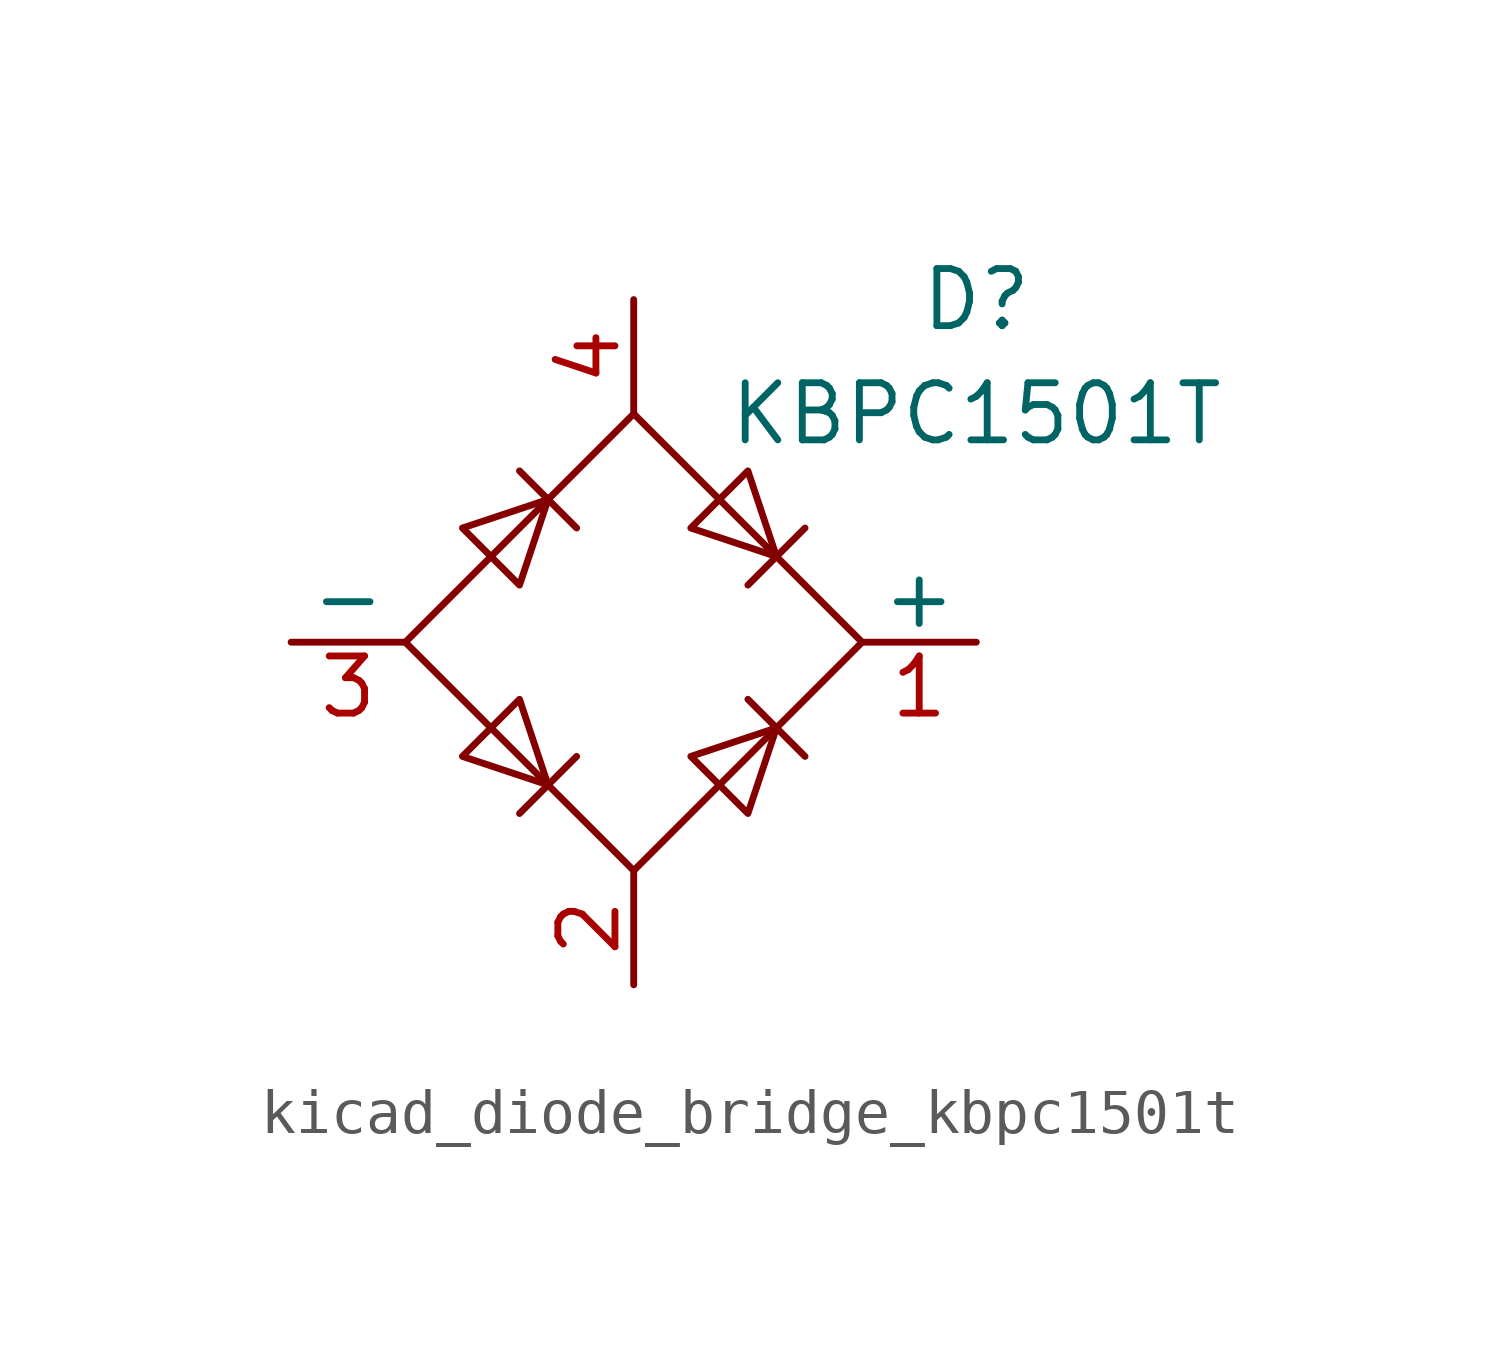
<source format=kicad_sym>
(kicad_symbol_lib
  (version 20220914)
  (generator kicad_symbol_editor)
  (symbol "kicad_diode_bridge_kbpc1501t"
    (pin_names
      (offset 0))
    (property "Reference" "D"
      (at 7.62 7.62 0)
      (effects (font (size 1.27 1.27))))
    (property "Value" "KBPC1501T"
      (at 7.62 5.08 0)
      (effects (font (size 1.27 1.27))))
    (symbol "kicad_diode_bridge_kbpc1501t_0_1"
      (polyline (pts (xy -2.54 3.81) (xy -1.27 2.54)) (stroke (width 0) (type default)) (fill (type none)))
      (polyline (pts (xy -1.27 -2.54) (xy -2.54 -3.81)) (stroke (width 0) (type default)) (fill (type none)))
      (polyline (pts (xy 2.54 -1.27) (xy 3.81 -2.54)) (stroke (width 0) (type default)) (fill (type none)))
      (polyline (pts (xy 2.54 1.27) (xy 3.81 2.54)) (stroke (width 0) (type default)) (fill (type none)))
      (polyline (pts (xy -3.81 2.54) (xy -2.54 1.27) (xy -1.905 3.175) (xy -3.81 2.54)) (stroke (width 0) (type default)) (fill (type none)))
      (polyline (pts (xy -2.54 -1.27) (xy -3.81 -2.54) (xy -1.905 -3.175) (xy -2.54 -1.27)) (stroke (width 0) (type default)) (fill (type none)))
      (polyline (pts (xy 1.27 2.54) (xy 2.54 3.81) (xy 3.175 1.905) (xy 1.27 2.54)) (stroke (width 0) (type default)) (fill (type none)))
      (polyline (pts (xy 3.175 -1.905) (xy 1.27 -2.54) (xy 2.54 -3.81) (xy 3.175 -1.905)) (stroke (width 0) (type default)) (fill (type none)))
      (polyline (pts (xy -5.08 0) (xy 0 -5.08) (xy 5.08 0) (xy 0 5.08) (xy -5.08 0)) (stroke (width 0) (type default)) (fill (type none))))
    (symbol "kicad_diode_bridge_kbpc1501t_1_1"
      (pin passive line (at 7.62 0 180) (length 2.54) (name "+" (effects (font (size 1.27 1.27)))) (number "1" (effects (font (size 1.27 1.27)))))
      (pin passive line (at 0 -7.62 90) (length 2.54) (name "~" (effects (font (size 1.27 1.27)))) (number "2" (effects (font (size 1.27 1.27)))))
      (pin passive line (at -7.62 0 0) (length 2.54) (name "-" (effects (font (size 1.27 1.27)))) (number "3" (effects (font (size 1.27 1.27)))))
      (pin passive line (at 0 7.62 270) (length 2.54) (name "~" (effects (font (size 1.27 1.27)))) (number "4" (effects (font (size 1.27 1.27))))))))
</source>
